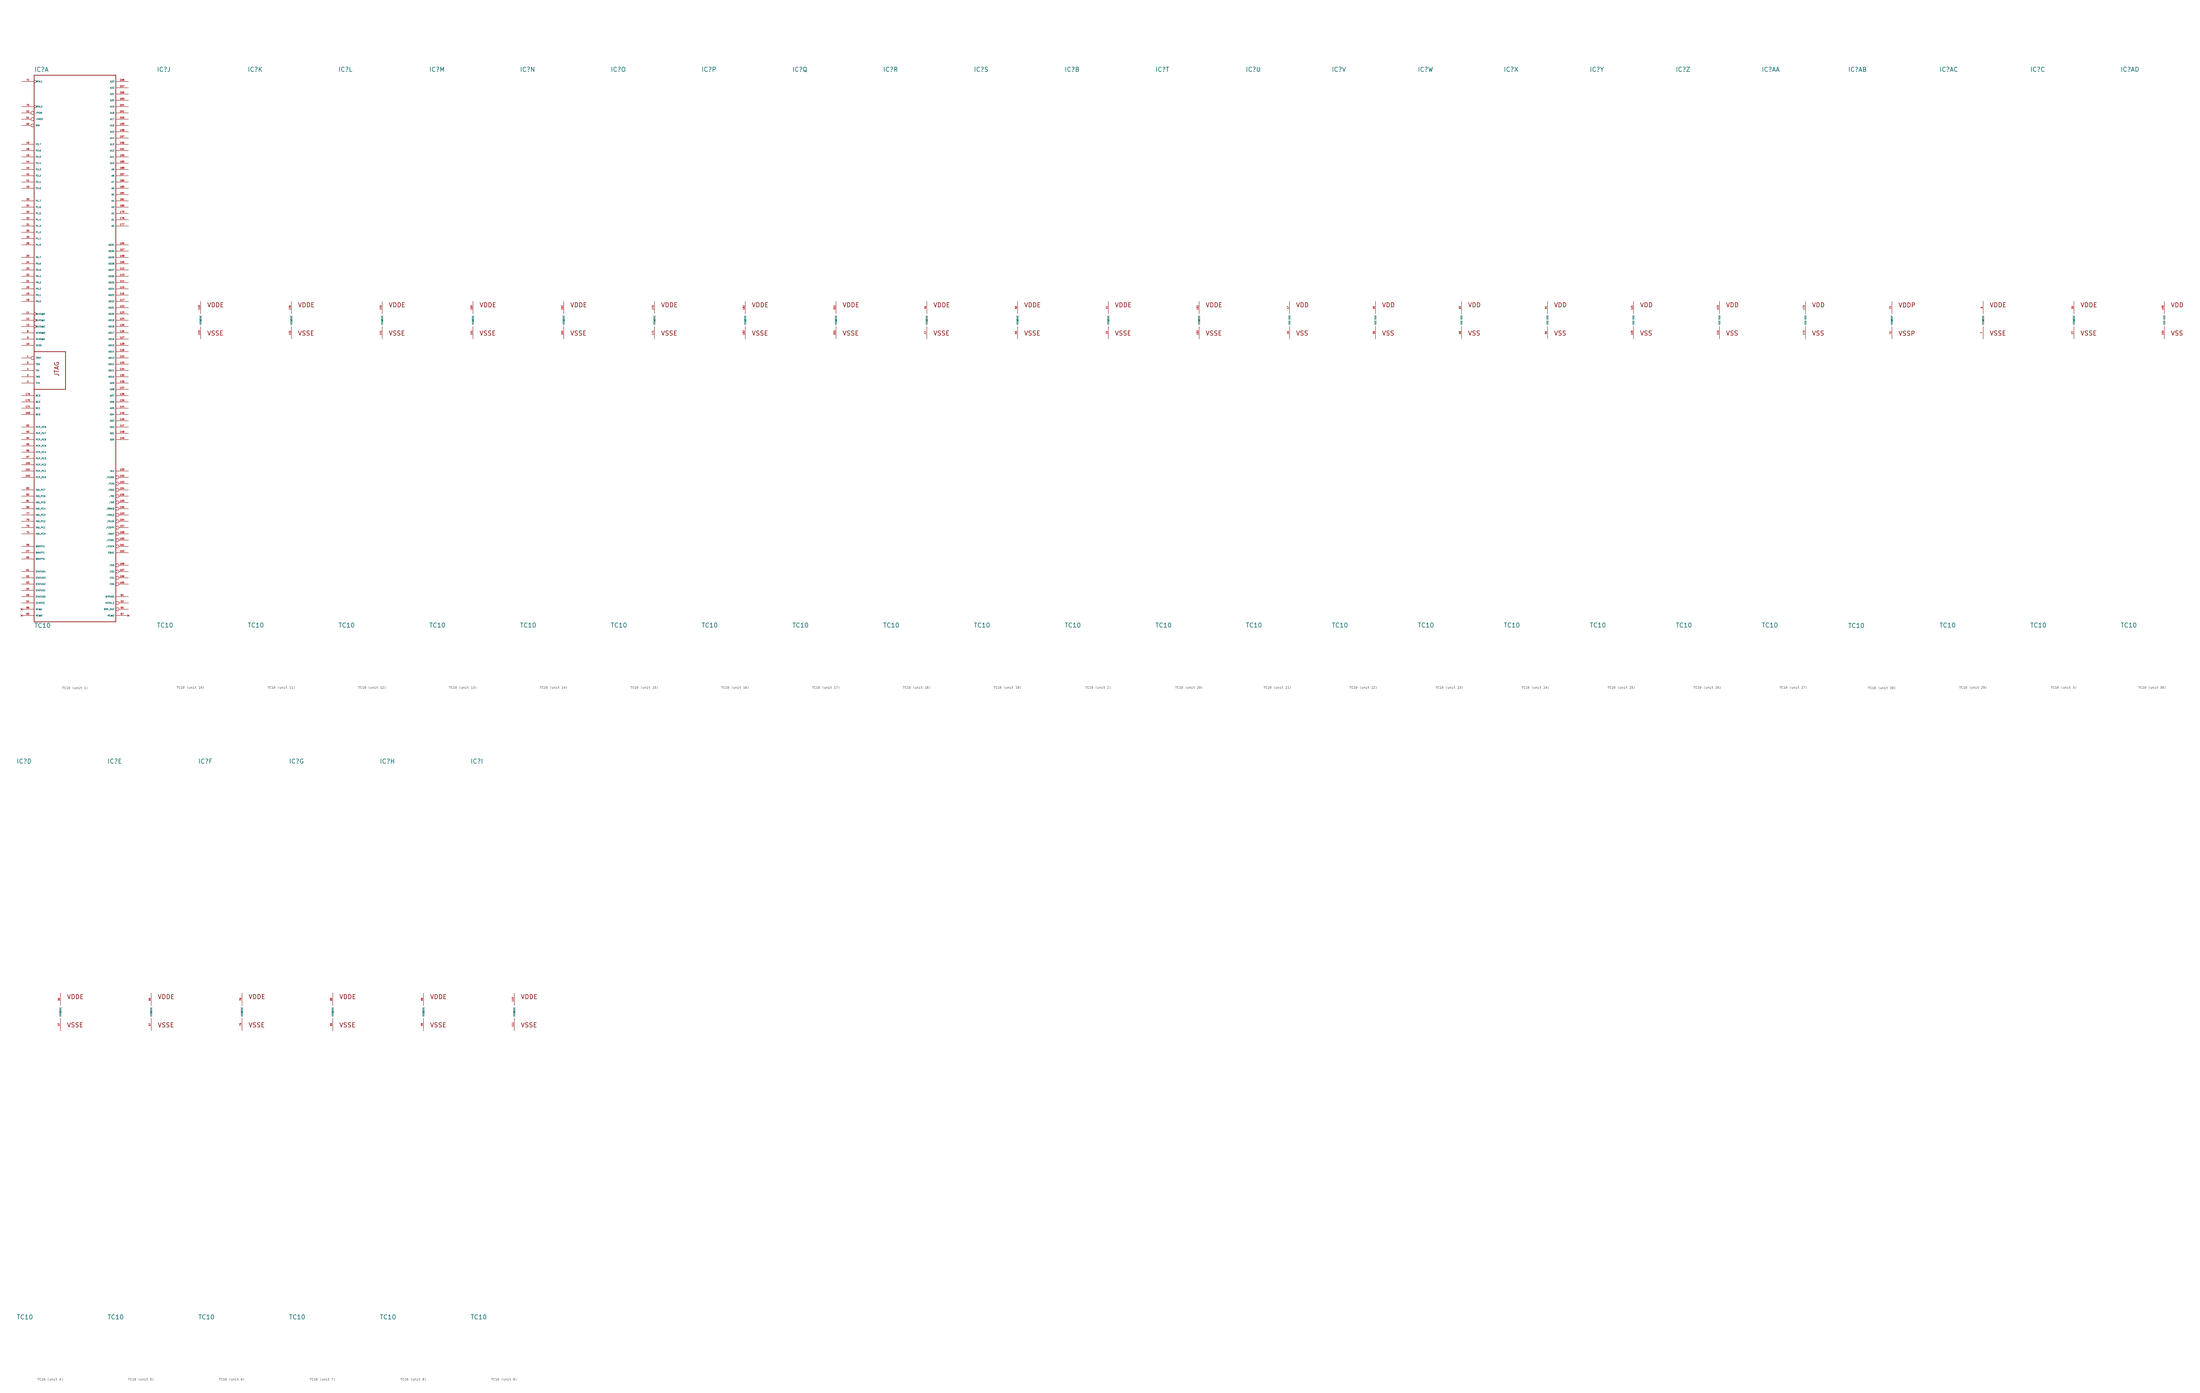
<source format=kicad_sym>
(kicad_symbol_lib
  (version 20220914)
  (generator Eagle2Kicad)
  (symbol "TC10"
    (property "Reference" "IC"
      (at -17.78 100.33 0)
      (effects (font (size 1.778 1.778) (thickness 0.22)) (justify left bottom)))
    (property "Value" "TC10"
      (at -17.78 -124.46 0)
      (effects (font (size 1.778 1.778) (thickness 0.22)) (justify left bottom)))
    (symbol "TC10_1_0"
      (polyline (pts (xy 15.24 99.06) (xy 15.24 -121.92)) (stroke (width 0.254) (type default)) (fill (type none)))
      (polyline (pts (xy 15.24 -121.92) (xy -17.78 -121.92)) (stroke (width 0.254) (type default)) (fill (type none)))
      (polyline (pts (xy -17.78 -121.92) (xy -17.78 -27.94)) (stroke (width 0.254) (type default)) (fill (type none)))
      (polyline (pts (xy -17.78 -27.94) (xy -17.78 -12.7)) (stroke (width 0.254) (type default)) (fill (type none)))
      (polyline (pts (xy -17.78 -12.7) (xy -17.78 99.06)) (stroke (width 0.254) (type default)) (fill (type none)))
      (polyline (pts (xy -17.78 99.06) (xy 15.24 99.06)) (stroke (width 0.254) (type default)) (fill (type none)))
      (polyline (pts (xy -17.78 -12.7) (xy -5.08 -12.7)) (stroke (width 0.254) (type default)) (fill (type none)))
      (polyline (pts (xy -5.08 -12.7) (xy -5.08 -27.94)) (stroke (width 0.254) (type default)) (fill (type none)))
      (polyline (pts (xy -5.08 -27.94) (xy -17.78 -27.94)) (stroke (width 0.254) (type default)) (fill (type none)))
      (text "JTAG" (at -7.62 -22.86 900) (effects (font (size 1.778 1.778) (thickness 0.22)) (justify left bottom)))
      (pin output line (at 20.32 38.1 180) (length 5.08) (name "A0" (effects (font (size 0.635 0.635) (thickness 0.08)) (justify left bottom))) (number "177" (effects (font (size 0.635 0.635) (thickness 0.08)) (justify left bottom))))
      (pin output line (at 20.32 40.64 180) (length 5.08) (name "A1" (effects (font (size 0.635 0.635) (thickness 0.08)) (justify left bottom))) (number "178" (effects (font (size 0.635 0.635) (thickness 0.08)) (justify left bottom))))
      (pin output line (at 20.32 43.18 180) (length 5.08) (name "A2" (effects (font (size 0.635 0.635) (thickness 0.08)) (justify left bottom))) (number "179" (effects (font (size 0.635 0.635) (thickness 0.08)) (justify left bottom))))
      (pin output line (at 20.32 45.72 180) (length 5.08) (name "A3" (effects (font (size 0.635 0.635) (thickness 0.08)) (justify left bottom))) (number "180" (effects (font (size 0.635 0.635) (thickness 0.08)) (justify left bottom))))
      (pin output line (at 20.32 48.26 180) (length 5.08) (name "A4" (effects (font (size 0.635 0.635) (thickness 0.08)) (justify left bottom))) (number "181" (effects (font (size 0.635 0.635) (thickness 0.08)) (justify left bottom))))
      (pin output line (at 20.32 50.8 180) (length 5.08) (name "A5" (effects (font (size 0.635 0.635) (thickness 0.08)) (justify left bottom))) (number "184" (effects (font (size 0.635 0.635) (thickness 0.08)) (justify left bottom))))
      (pin output line (at 20.32 53.34 180) (length 5.08) (name "A6" (effects (font (size 0.635 0.635) (thickness 0.08)) (justify left bottom))) (number "185" (effects (font (size 0.635 0.635) (thickness 0.08)) (justify left bottom))))
      (pin output line (at 20.32 55.88 180) (length 5.08) (name "A7" (effects (font (size 0.635 0.635) (thickness 0.08)) (justify left bottom))) (number "186" (effects (font (size 0.635 0.635) (thickness 0.08)) (justify left bottom))))
      (pin output line (at 20.32 58.42 180) (length 5.08) (name "A8" (effects (font (size 0.635 0.635) (thickness 0.08)) (justify left bottom))) (number "187" (effects (font (size 0.635 0.635) (thickness 0.08)) (justify left bottom))))
      (pin output line (at 20.32 60.96 180) (length 5.08) (name "A9" (effects (font (size 0.635 0.635) (thickness 0.08)) (justify left bottom))) (number "188" (effects (font (size 0.635 0.635) (thickness 0.08)) (justify left bottom))))
      (pin output line (at 20.32 63.5 180) (length 5.08) (name "A10" (effects (font (size 0.635 0.635) (thickness 0.08)) (justify left bottom))) (number "189" (effects (font (size 0.635 0.635) (thickness 0.08)) (justify left bottom))))
      (pin output line (at 20.32 66.04 180) (length 5.08) (name "A11" (effects (font (size 0.635 0.635) (thickness 0.08)) (justify left bottom))) (number "190" (effects (font (size 0.635 0.635) (thickness 0.08)) (justify left bottom))))
      (pin output line (at 20.32 68.58 180) (length 5.08) (name "A12" (effects (font (size 0.635 0.635) (thickness 0.08)) (justify left bottom))) (number "191" (effects (font (size 0.635 0.635) (thickness 0.08)) (justify left bottom))))
      (pin output line (at 20.32 71.12 180) (length 5.08) (name "A13" (effects (font (size 0.635 0.635) (thickness 0.08)) (justify left bottom))) (number "196" (effects (font (size 0.635 0.635) (thickness 0.08)) (justify left bottom))))
      (pin output line (at 20.32 73.66 180) (length 5.08) (name "A14" (effects (font (size 0.635 0.635) (thickness 0.08)) (justify left bottom))) (number "197" (effects (font (size 0.635 0.635) (thickness 0.08)) (justify left bottom))))
      (pin output line (at 20.32 76.2 180) (length 5.08) (name "A15" (effects (font (size 0.635 0.635) (thickness 0.08)) (justify left bottom))) (number "198" (effects (font (size 0.635 0.635) (thickness 0.08)) (justify left bottom))))
      (pin output line (at 20.32 78.74 180) (length 5.08) (name "A16" (effects (font (size 0.635 0.635) (thickness 0.08)) (justify left bottom))) (number "199" (effects (font (size 0.635 0.635) (thickness 0.08)) (justify left bottom))))
      (pin output line (at 20.32 81.28 180) (length 5.08) (name "A17" (effects (font (size 0.635 0.635) (thickness 0.08)) (justify left bottom))) (number "200" (effects (font (size 0.635 0.635) (thickness 0.08)) (justify left bottom))))
      (pin output line (at 20.32 83.82 180) (length 5.08) (name "A18" (effects (font (size 0.635 0.635) (thickness 0.08)) (justify left bottom))) (number "201" (effects (font (size 0.635 0.635) (thickness 0.08)) (justify left bottom))))
      (pin output line (at 20.32 86.36 180) (length 5.08) (name "A19" (effects (font (size 0.635 0.635) (thickness 0.08)) (justify left bottom))) (number "204" (effects (font (size 0.635 0.635) (thickness 0.08)) (justify left bottom))))
      (pin output line (at 20.32 88.9 180) (length 5.08) (name "A20" (effects (font (size 0.635 0.635) (thickness 0.08)) (justify left bottom))) (number "205" (effects (font (size 0.635 0.635) (thickness 0.08)) (justify left bottom))))
      (pin output line (at 20.32 91.44 180) (length 5.08) (name "A21" (effects (font (size 0.635 0.635) (thickness 0.08)) (justify left bottom))) (number "206" (effects (font (size 0.635 0.635) (thickness 0.08)) (justify left bottom))))
      (pin output line (at 20.32 93.98 180) (length 5.08) (name "A22" (effects (font (size 0.635 0.635) (thickness 0.08)) (justify left bottom))) (number "207" (effects (font (size 0.635 0.635) (thickness 0.08)) (justify left bottom))))
      (pin output line (at 20.32 96.52 180) (length 5.08) (name "A23" (effects (font (size 0.635 0.635) (thickness 0.08)) (justify left bottom))) (number "208" (effects (font (size 0.635 0.635) (thickness 0.08)) (justify left bottom))))
      (pin bidirectional line (at 20.32 -48.26 180) (length 5.08) (name "AD0" (effects (font (size 0.635 0.635) (thickness 0.08)) (justify left bottom))) (number "149" (effects (font (size 0.635 0.635) (thickness 0.08)) (justify left bottom))))
      (pin bidirectional line (at 20.32 -45.72 180) (length 5.08) (name "AD1" (effects (font (size 0.635 0.635) (thickness 0.08)) (justify left bottom))) (number "148" (effects (font (size 0.635 0.635) (thickness 0.08)) (justify left bottom))))
      (pin bidirectional line (at 20.32 -43.18 180) (length 5.08) (name "AD2" (effects (font (size 0.635 0.635) (thickness 0.08)) (justify left bottom))) (number "147" (effects (font (size 0.635 0.635) (thickness 0.08)) (justify left bottom))))
      (pin bidirectional line (at 20.32 -40.64 180) (length 5.08) (name "AD3" (effects (font (size 0.635 0.635) (thickness 0.08)) (justify left bottom))) (number "146" (effects (font (size 0.635 0.635) (thickness 0.08)) (justify left bottom))))
      (pin bidirectional line (at 20.32 -38.1 180) (length 5.08) (name "AD4" (effects (font (size 0.635 0.635) (thickness 0.08)) (justify left bottom))) (number "145" (effects (font (size 0.635 0.635) (thickness 0.08)) (justify left bottom))))
      (pin bidirectional line (at 20.32 -35.56 180) (length 5.08) (name "AD5" (effects (font (size 0.635 0.635) (thickness 0.08)) (justify left bottom))) (number "144" (effects (font (size 0.635 0.635) (thickness 0.08)) (justify left bottom))))
      (pin bidirectional line (at 20.32 -33.02 180) (length 5.08) (name "AD6" (effects (font (size 0.635 0.635) (thickness 0.08)) (justify left bottom))) (number "139" (effects (font (size 0.635 0.635) (thickness 0.08)) (justify left bottom))))
      (pin bidirectional line (at 20.32 -30.48 180) (length 5.08) (name "AD7" (effects (font (size 0.635 0.635) (thickness 0.08)) (justify left bottom))) (number "138" (effects (font (size 0.635 0.635) (thickness 0.08)) (justify left bottom))))
      (pin bidirectional line (at 20.32 -27.94 180) (length 5.08) (name "AD8" (effects (font (size 0.635 0.635) (thickness 0.08)) (justify left bottom))) (number "137" (effects (font (size 0.635 0.635) (thickness 0.08)) (justify left bottom))))
      (pin bidirectional line (at 20.32 -25.4 180) (length 5.08) (name "AD9" (effects (font (size 0.635 0.635) (thickness 0.08)) (justify left bottom))) (number "136" (effects (font (size 0.635 0.635) (thickness 0.08)) (justify left bottom))))
      (pin bidirectional line (at 20.32 -22.86 180) (length 5.08) (name "AD10" (effects (font (size 0.635 0.635) (thickness 0.08)) (justify left bottom))) (number "135" (effects (font (size 0.635 0.635) (thickness 0.08)) (justify left bottom))))
      (pin bidirectional line (at 20.32 -20.32 180) (length 5.08) (name "AD11" (effects (font (size 0.635 0.635) (thickness 0.08)) (justify left bottom))) (number "134" (effects (font (size 0.635 0.635) (thickness 0.08)) (justify left bottom))))
      (pin bidirectional line (at 20.32 -17.78 180) (length 5.08) (name "AD12" (effects (font (size 0.635 0.635) (thickness 0.08)) (justify left bottom))) (number "133" (effects (font (size 0.635 0.635) (thickness 0.08)) (justify left bottom))))
      (pin bidirectional line (at 20.32 -15.24 180) (length 5.08) (name "AD13" (effects (font (size 0.635 0.635) (thickness 0.08)) (justify left bottom))) (number "132" (effects (font (size 0.635 0.635) (thickness 0.08)) (justify left bottom))))
      (pin bidirectional line (at 20.32 -12.7 180) (length 5.08) (name "AD14" (effects (font (size 0.635 0.635) (thickness 0.08)) (justify left bottom))) (number "129" (effects (font (size 0.635 0.635) (thickness 0.08)) (justify left bottom))))
      (pin bidirectional line (at 20.32 -10.16 180) (length 5.08) (name "AD15" (effects (font (size 0.635 0.635) (thickness 0.08)) (justify left bottom))) (number "128" (effects (font (size 0.635 0.635) (thickness 0.08)) (justify left bottom))))
      (pin bidirectional line (at 20.32 -7.62 180) (length 5.08) (name "AD16" (effects (font (size 0.635 0.635) (thickness 0.08)) (justify left bottom))) (number "127" (effects (font (size 0.635 0.635) (thickness 0.08)) (justify left bottom))))
      (pin bidirectional line (at 20.32 -5.08 180) (length 5.08) (name "AD17" (effects (font (size 0.635 0.635) (thickness 0.08)) (justify left bottom))) (number "126" (effects (font (size 0.635 0.635) (thickness 0.08)) (justify left bottom))))
      (pin bidirectional line (at 20.32 -2.54 180) (length 5.08) (name "AD18" (effects (font (size 0.635 0.635) (thickness 0.08)) (justify left bottom))) (number "125" (effects (font (size 0.635 0.635) (thickness 0.08)) (justify left bottom))))
      (pin bidirectional line (at 20.32 0 180) (length 5.08) (name "AD19" (effects (font (size 0.635 0.635) (thickness 0.08)) (justify left bottom))) (number "124" (effects (font (size 0.635 0.635) (thickness 0.08)) (justify left bottom))))
      (pin bidirectional line (at 20.32 2.54 180) (length 5.08) (name "AD20" (effects (font (size 0.635 0.635) (thickness 0.08)) (justify left bottom))) (number "123" (effects (font (size 0.635 0.635) (thickness 0.08)) (justify left bottom))))
      (pin bidirectional line (at 20.32 5.08 180) (length 5.08) (name "AD21" (effects (font (size 0.635 0.635) (thickness 0.08)) (justify left bottom))) (number "122" (effects (font (size 0.635 0.635) (thickness 0.08)) (justify left bottom))))
      (pin bidirectional line (at 20.32 7.62 180) (length 5.08) (name "AD22" (effects (font (size 0.635 0.635) (thickness 0.08)) (justify left bottom))) (number "117" (effects (font (size 0.635 0.635) (thickness 0.08)) (justify left bottom))))
      (pin bidirectional line (at 20.32 10.16 180) (length 5.08) (name "AD23" (effects (font (size 0.635 0.635) (thickness 0.08)) (justify left bottom))) (number "116" (effects (font (size 0.635 0.635) (thickness 0.08)) (justify left bottom))))
      (pin bidirectional line (at 20.32 12.7 180) (length 5.08) (name "AD24" (effects (font (size 0.635 0.635) (thickness 0.08)) (justify left bottom))) (number "115" (effects (font (size 0.635 0.635) (thickness 0.08)) (justify left bottom))))
      (pin bidirectional line (at 20.32 15.24 180) (length 5.08) (name "AD25" (effects (font (size 0.635 0.635) (thickness 0.08)) (justify left bottom))) (number "114" (effects (font (size 0.635 0.635) (thickness 0.08)) (justify left bottom))))
      (pin bidirectional line (at 20.32 17.78 180) (length 5.08) (name "AD26" (effects (font (size 0.635 0.635) (thickness 0.08)) (justify left bottom))) (number "113" (effects (font (size 0.635 0.635) (thickness 0.08)) (justify left bottom))))
      (pin bidirectional line (at 20.32 20.32 180) (length 5.08) (name "AD27" (effects (font (size 0.635 0.635) (thickness 0.08)) (justify left bottom))) (number "112" (effects (font (size 0.635 0.635) (thickness 0.08)) (justify left bottom))))
      (pin bidirectional line (at 20.32 22.86 180) (length 5.08) (name "AD28" (effects (font (size 0.635 0.635) (thickness 0.08)) (justify left bottom))) (number "109" (effects (font (size 0.635 0.635) (thickness 0.08)) (justify left bottom))))
      (pin bidirectional line (at 20.32 25.4 180) (length 5.08) (name "AD29" (effects (font (size 0.635 0.635) (thickness 0.08)) (justify left bottom))) (number "108" (effects (font (size 0.635 0.635) (thickness 0.08)) (justify left bottom))))
      (pin bidirectional line (at 20.32 27.94 180) (length 5.08) (name "AD30" (effects (font (size 0.635 0.635) (thickness 0.08)) (justify left bottom))) (number "107" (effects (font (size 0.635 0.635) (thickness 0.08)) (justify left bottom))))
      (pin bidirectional line (at 20.32 30.48 180) (length 5.08) (name "AD31" (effects (font (size 0.635 0.635) (thickness 0.08)) (justify left bottom))) (number "106" (effects (font (size 0.635 0.635) (thickness 0.08)) (justify left bottom))))
      (pin input clock (at -22.86 96.52 0) (length 5.08) (name "XTAL1" (effects (font (size 0.635 0.635) (thickness 0.08)) (justify left bottom))) (number "71" (effects (font (size 0.635 0.635) (thickness 0.08)) (justify left bottom))))
      (pin output clock (at -22.86 86.36 0) (length 5.08) (name "XTAL2" (effects (font (size 0.635 0.635) (thickness 0.08)) (justify left bottom))) (number "70" (effects (font (size 0.635 0.635) (thickness 0.08)) (justify left bottom))))
      (pin bidirectional line (at -22.86 10.16 0) (length 5.08) (name "P0.1" (effects (font (size 0.635 0.635) (thickness 0.08)) (justify left bottom))) (number "19" (effects (font (size 0.635 0.635) (thickness 0.08)) (justify left bottom))))
      (pin bidirectional line (at -22.86 12.7 0) (length 5.08) (name "P0.2" (effects (font (size 0.635 0.635) (thickness 0.08)) (justify left bottom))) (number "20" (effects (font (size 0.635 0.635) (thickness 0.08)) (justify left bottom))))
      (pin bidirectional line (at -22.86 15.24 0) (length 5.08) (name "P0.3" (effects (font (size 0.635 0.635) (thickness 0.08)) (justify left bottom))) (number "21" (effects (font (size 0.635 0.635) (thickness 0.08)) (justify left bottom))))
      (pin bidirectional line (at -22.86 17.78 0) (length 5.08) (name "P0.4" (effects (font (size 0.635 0.635) (thickness 0.08)) (justify left bottom))) (number "22" (effects (font (size 0.635 0.635) (thickness 0.08)) (justify left bottom))))
      (pin bidirectional line (at -22.86 20.32 0) (length 5.08) (name "P0.5" (effects (font (size 0.635 0.635) (thickness 0.08)) (justify left bottom))) (number "23" (effects (font (size 0.635 0.635) (thickness 0.08)) (justify left bottom))))
      (pin bidirectional line (at -22.86 22.86 0) (length 5.08) (name "P0.6" (effects (font (size 0.635 0.635) (thickness 0.08)) (justify left bottom))) (number "24" (effects (font (size 0.635 0.635) (thickness 0.08)) (justify left bottom))))
      (pin bidirectional line (at -22.86 25.4 0) (length 5.08) (name "P0.7" (effects (font (size 0.635 0.635) (thickness 0.08)) (justify left bottom))) (number "25" (effects (font (size 0.635 0.635) (thickness 0.08)) (justify left bottom))))
      (pin bidirectional line (at -22.86 7.62 0) (length 5.08) (name "P0.0" (effects (font (size 0.635 0.635) (thickness 0.08)) (justify left bottom))) (number "18" (effects (font (size 0.635 0.635) (thickness 0.08)) (justify left bottom))))
      (pin bidirectional line (at -22.86 30.48 0) (length 5.08) (name "P1.0" (effects (font (size 0.635 0.635) (thickness 0.08)) (justify left bottom))) (number "28" (effects (font (size 0.635 0.635) (thickness 0.08)) (justify left bottom))))
      (pin bidirectional line (at -22.86 33.02 0) (length 5.08) (name "P1.1" (effects (font (size 0.635 0.635) (thickness 0.08)) (justify left bottom))) (number "29" (effects (font (size 0.635 0.635) (thickness 0.08)) (justify left bottom))))
      (pin bidirectional line (at -22.86 35.56 0) (length 5.08) (name "P1.2" (effects (font (size 0.635 0.635) (thickness 0.08)) (justify left bottom))) (number "30" (effects (font (size 0.635 0.635) (thickness 0.08)) (justify left bottom))))
      (pin bidirectional line (at -22.86 38.1 0) (length 5.08) (name "P1.3" (effects (font (size 0.635 0.635) (thickness 0.08)) (justify left bottom))) (number "31" (effects (font (size 0.635 0.635) (thickness 0.08)) (justify left bottom))))
      (pin bidirectional line (at -22.86 40.64 0) (length 5.08) (name "P1.4" (effects (font (size 0.635 0.635) (thickness 0.08)) (justify left bottom))) (number "32" (effects (font (size 0.635 0.635) (thickness 0.08)) (justify left bottom))))
      (pin bidirectional line (at -22.86 43.18 0) (length 5.08) (name "P1.5" (effects (font (size 0.635 0.635) (thickness 0.08)) (justify left bottom))) (number "33" (effects (font (size 0.635 0.635) (thickness 0.08)) (justify left bottom))))
      (pin bidirectional line (at -22.86 45.72 0) (length 5.08) (name "P1.6" (effects (font (size 0.635 0.635) (thickness 0.08)) (justify left bottom))) (number "34" (effects (font (size 0.635 0.635) (thickness 0.08)) (justify left bottom))))
      (pin bidirectional line (at -22.86 48.26 0) (length 5.08) (name "P1.7" (effects (font (size 0.635 0.635) (thickness 0.08)) (justify left bottom))) (number "35" (effects (font (size 0.635 0.635) (thickness 0.08)) (justify left bottom))))
      (pin bidirectional line (at -22.86 53.34 0) (length 5.08) (name "P2.0" (effects (font (size 0.635 0.635) (thickness 0.08)) (justify left bottom))) (number "40" (effects (font (size 0.635 0.635) (thickness 0.08)) (justify left bottom))))
      (pin bidirectional line (at -22.86 55.88 0) (length 5.08) (name "P2.1" (effects (font (size 0.635 0.635) (thickness 0.08)) (justify left bottom))) (number "41" (effects (font (size 0.635 0.635) (thickness 0.08)) (justify left bottom))))
      (pin bidirectional line (at -22.86 58.42 0) (length 5.08) (name "P2.2" (effects (font (size 0.635 0.635) (thickness 0.08)) (justify left bottom))) (number "42" (effects (font (size 0.635 0.635) (thickness 0.08)) (justify left bottom))))
      (pin bidirectional line (at -22.86 60.96 0) (length 5.08) (name "P2.3" (effects (font (size 0.635 0.635) (thickness 0.08)) (justify left bottom))) (number "43" (effects (font (size 0.635 0.635) (thickness 0.08)) (justify left bottom))))
      (pin bidirectional line (at -22.86 63.5 0) (length 5.08) (name "P2.4" (effects (font (size 0.635 0.635) (thickness 0.08)) (justify left bottom))) (number "44" (effects (font (size 0.635 0.635) (thickness 0.08)) (justify left bottom))))
      (pin bidirectional line (at -22.86 66.04 0) (length 5.08) (name "P2.5" (effects (font (size 0.635 0.635) (thickness 0.08)) (justify left bottom))) (number "45" (effects (font (size 0.635 0.635) (thickness 0.08)) (justify left bottom))))
      (pin bidirectional line (at -22.86 68.58 0) (length 5.08) (name "P2.6" (effects (font (size 0.635 0.635) (thickness 0.08)) (justify left bottom))) (number "48" (effects (font (size 0.635 0.635) (thickness 0.08)) (justify left bottom))))
      (pin bidirectional line (at -22.86 71.12 0) (length 5.08) (name "P2.7" (effects (font (size 0.635 0.635) (thickness 0.08)) (justify left bottom))) (number "49" (effects (font (size 0.635 0.635) (thickness 0.08)) (justify left bottom))))
      (pin output inverted (at 20.32 -71.12 180) (length 5.08) (name "/RD" (effects (font (size 0.635 0.635) (thickness 0.08)) (justify left bottom))) (number "156" (effects (font (size 0.635 0.635) (thickness 0.08)) (justify left bottom))))
      (pin output inverted (at 20.32 -73.66 180) (length 5.08) (name "/WR" (effects (font (size 0.635 0.635) (thickness 0.08)) (justify left bottom))) (number "155" (effects (font (size 0.635 0.635) (thickness 0.08)) (justify left bottom))))
      (pin output inverted (at 20.32 -76.2 180) (length 5.08) (name "/BREQ" (effects (font (size 0.635 0.635) (thickness 0.08)) (justify left bottom))) (number "105" (effects (font (size 0.635 0.635) (thickness 0.08)) (justify left bottom))))
      (pin output inverted (at 20.32 -78.74 180) (length 5.08) (name "/HOLD" (effects (font (size 0.635 0.635) (thickness 0.08)) (justify left bottom))) (number "103" (effects (font (size 0.635 0.635) (thickness 0.08)) (justify left bottom))))
      (pin output inverted (at 20.32 -81.28 180) (length 5.08) (name "/HLDA" (effects (font (size 0.635 0.635) (thickness 0.08)) (justify left bottom))) (number "104" (effects (font (size 0.635 0.635) (thickness 0.08)) (justify left bottom))))
      (pin output line (at 20.32 -60.96 180) (length 5.08) (name "ALE" (effects (font (size 0.635 0.635) (thickness 0.08)) (justify left bottom))) (number "159" (effects (font (size 0.635 0.635) (thickness 0.08)) (justify left bottom))))
      (pin input inverted (at -22.86 78.74 0) (length 5.08) (name "NMI" (effects (font (size 0.635 0.635) (thickness 0.08)) (justify left bottom))) (number "50" (effects (font (size 0.635 0.635) (thickness 0.08)) (justify left bottom))))
      (pin input inverted (at -22.86 81.28 0) (length 5.08) (name "/HRST" (effects (font (size 0.635 0.635) (thickness 0.08)) (justify left bottom))) (number "51" (effects (font (size 0.635 0.635) (thickness 0.08)) (justify left bottom))))
      (pin input inverted (at -22.86 83.82 0) (length 5.08) (name "/POR" (effects (font (size 0.635 0.635) (thickness 0.08)) (justify left bottom))) (number "52" (effects (font (size 0.635 0.635) (thickness 0.08)) (justify left bottom))))
      (pin output inverted (at 20.32 -63.5 180) (length 5.08) (name "/CODE" (effects (font (size 0.635 0.635) (thickness 0.08)) (justify left bottom))) (number "152" (effects (font (size 0.635 0.635) (thickness 0.08)) (justify left bottom))))
      (pin output inverted (at 20.32 -66.04 180) (length 5.08) (name "/CAS" (effects (font (size 0.635 0.635) (thickness 0.08)) (justify left bottom))) (number "153" (effects (font (size 0.635 0.635) (thickness 0.08)) (justify left bottom))))
      (pin output inverted (at 20.32 -68.58 180) (length 5.08) (name "/RAS" (effects (font (size 0.635 0.635) (thickness 0.08)) (justify left bottom))) (number "154" (effects (font (size 0.635 0.635) (thickness 0.08)) (justify left bottom))))
      (pin output inverted (at 20.32 -83.82 180) (length 5.08) (name "/CSFPI" (effects (font (size 0.635 0.635) (thickness 0.08)) (justify left bottom))) (number "157" (effects (font (size 0.635 0.635) (thickness 0.08)) (justify left bottom))))
      (pin output inverted (at 20.32 -86.36 180) (length 5.08) (name "/WAIT" (effects (font (size 0.635 0.635) (thickness 0.08)) (justify left bottom))) (number "158" (effects (font (size 0.635 0.635) (thickness 0.08)) (justify left bottom))))
      (pin output inverted (at 20.32 -88.9 180) (length 5.08) (name "/CSOL" (effects (font (size 0.635 0.635) (thickness 0.08)) (justify left bottom))) (number "160" (effects (font (size 0.635 0.635) (thickness 0.08)) (justify left bottom))))
      (pin output inverted (at 20.32 -91.44 180) (length 5.08) (name "/CSFM" (effects (font (size 0.635 0.635) (thickness 0.08)) (justify left bottom))) (number "161" (effects (font (size 0.635 0.635) (thickness 0.08)) (justify left bottom))))
      (pin output line (at 20.32 -93.98 180) (length 5.08) (name "EBUC" (effects (font (size 0.635 0.635) (thickness 0.08)) (justify left bottom))) (number "163" (effects (font (size 0.635 0.635) (thickness 0.08)) (justify left bottom))))
      (pin bidirectional line (at -22.86 -111.76 0) (length 5.08) (name "STATUS0" (effects (font (size 0.635 0.635) (thickness 0.08)) (justify left bottom))) (number "65" (effects (font (size 0.635 0.635) (thickness 0.08)) (justify left bottom))))
      (pin bidirectional line (at -22.86 -109.22 0) (length 5.08) (name "STATUS1" (effects (font (size 0.635 0.635) (thickness 0.08)) (justify left bottom))) (number "64" (effects (font (size 0.635 0.635) (thickness 0.08)) (justify left bottom))))
      (pin bidirectional line (at -22.86 -106.68 0) (length 5.08) (name "STATUS2" (effects (font (size 0.635 0.635) (thickness 0.08)) (justify left bottom))) (number "63" (effects (font (size 0.635 0.635) (thickness 0.08)) (justify left bottom))))
      (pin bidirectional line (at -22.86 -104.14 0) (length 5.08) (name "STATUS3" (effects (font (size 0.635 0.635) (thickness 0.08)) (justify left bottom))) (number "62" (effects (font (size 0.635 0.635) (thickness 0.08)) (justify left bottom))))
      (pin bidirectional line (at -22.86 -101.6 0) (length 5.08) (name "STATUS4" (effects (font (size 0.635 0.635) (thickness 0.08)) (justify left bottom))) (number "61" (effects (font (size 0.635 0.635) (thickness 0.08)) (justify left bottom))))
      (pin bidirectional line (at -22.86 -96.52 0) (length 5.08) (name "BRKPT0" (effects (font (size 0.635 0.635) (thickness 0.08)) (justify left bottom))) (number "60" (effects (font (size 0.635 0.635) (thickness 0.08)) (justify left bottom))))
      (pin bidirectional line (at -22.86 -93.98 0) (length 5.08) (name "BRKPT1" (effects (font (size 0.635 0.635) (thickness 0.08)) (justify left bottom))) (number "57" (effects (font (size 0.635 0.635) (thickness 0.08)) (justify left bottom))))
      (pin bidirectional line (at -22.86 -91.44 0) (length 5.08) (name "BRKPT2" (effects (font (size 0.635 0.635) (thickness 0.08)) (justify left bottom))) (number "56" (effects (font (size 0.635 0.635) (thickness 0.08)) (justify left bottom))))
      (pin bidirectional line (at -22.86 -86.36 0) (length 5.08) (name "IND_PC0" (effects (font (size 0.635 0.635) (thickness 0.08)) (justify left bottom))) (number "74" (effects (font (size 0.635 0.635) (thickness 0.08)) (justify left bottom))))
      (pin bidirectional line (at -22.86 -83.82 0) (length 5.08) (name "IND_PC1" (effects (font (size 0.635 0.635) (thickness 0.08)) (justify left bottom))) (number "75" (effects (font (size 0.635 0.635) (thickness 0.08)) (justify left bottom))))
      (pin bidirectional line (at -22.86 -81.28 0) (length 5.08) (name "IND_PC2" (effects (font (size 0.635 0.635) (thickness 0.08)) (justify left bottom))) (number "76" (effects (font (size 0.635 0.635) (thickness 0.08)) (justify left bottom))))
      (pin bidirectional line (at -22.86 -78.74 0) (length 5.08) (name "IND_PC3" (effects (font (size 0.635 0.635) (thickness 0.08)) (justify left bottom))) (number "77" (effects (font (size 0.635 0.635) (thickness 0.08)) (justify left bottom))))
      (pin bidirectional line (at -22.86 -76.2 0) (length 5.08) (name "IND_PC4" (effects (font (size 0.635 0.635) (thickness 0.08)) (justify left bottom))) (number "80" (effects (font (size 0.635 0.635) (thickness 0.08)) (justify left bottom))))
      (pin bidirectional line (at -22.86 -73.66 0) (length 5.08) (name "IND_PC5" (effects (font (size 0.635 0.635) (thickness 0.08)) (justify left bottom))) (number "81" (effects (font (size 0.635 0.635) (thickness 0.08)) (justify left bottom))))
      (pin bidirectional line (at -22.86 -71.12 0) (length 5.08) (name "IND_PC6" (effects (font (size 0.635 0.635) (thickness 0.08)) (justify left bottom))) (number "82" (effects (font (size 0.635 0.635) (thickness 0.08)) (justify left bottom))))
      (pin bidirectional line (at -22.86 -68.58 0) (length 5.08) (name "IND_PC7" (effects (font (size 0.635 0.635) (thickness 0.08)) (justify left bottom))) (number "83" (effects (font (size 0.635 0.635) (thickness 0.08)) (justify left bottom))))
      (pin bidirectional line (at -22.86 -63.5 0) (length 5.08) (name "PCP_PC0" (effects (font (size 0.635 0.635) (thickness 0.08)) (justify left bottom))) (number "102" (effects (font (size 0.635 0.635) (thickness 0.08)) (justify left bottom))))
      (pin bidirectional line (at -22.86 -60.96 0) (length 5.08) (name "PCP_PC1" (effects (font (size 0.635 0.635) (thickness 0.08)) (justify left bottom))) (number "101" (effects (font (size 0.635 0.635) (thickness 0.08)) (justify left bottom))))
      (pin bidirectional line (at -22.86 -58.42 0) (length 5.08) (name "PCP_PC2" (effects (font (size 0.635 0.635) (thickness 0.08)) (justify left bottom))) (number "100" (effects (font (size 0.635 0.635) (thickness 0.08)) (justify left bottom))))
      (pin bidirectional line (at -22.86 -55.88 0) (length 5.08) (name "PCP_PC3" (effects (font (size 0.635 0.635) (thickness 0.08)) (justify left bottom))) (number "97" (effects (font (size 0.635 0.635) (thickness 0.08)) (justify left bottom))))
      (pin bidirectional line (at -22.86 -53.34 0) (length 5.08) (name "PCP_PC4" (effects (font (size 0.635 0.635) (thickness 0.08)) (justify left bottom))) (number "96" (effects (font (size 0.635 0.635) (thickness 0.08)) (justify left bottom))))
      (pin bidirectional line (at -22.86 -50.8 0) (length 5.08) (name "PCP_PC5" (effects (font (size 0.635 0.635) (thickness 0.08)) (justify left bottom))) (number "95" (effects (font (size 0.635 0.635) (thickness 0.08)) (justify left bottom))))
      (pin bidirectional line (at -22.86 -48.26 0) (length 5.08) (name "PCP_PC6" (effects (font (size 0.635 0.635) (thickness 0.08)) (justify left bottom))) (number "94" (effects (font (size 0.635 0.635) (thickness 0.08)) (justify left bottom))))
      (pin bidirectional line (at -22.86 -45.72 0) (length 5.08) (name "PCP_PC7" (effects (font (size 0.635 0.635) (thickness 0.08)) (justify left bottom))) (number "93" (effects (font (size 0.635 0.635) (thickness 0.08)) (justify left bottom))))
      (pin bidirectional line (at -22.86 -43.18 0) (length 5.08) (name "PCP_PC8" (effects (font (size 0.635 0.635) (thickness 0.08)) (justify left bottom))) (number "92" (effects (font (size 0.635 0.635) (thickness 0.08)) (justify left bottom))))
      (pin bidirectional line (at -22.86 -38.1 0) (length 5.08) (name "BC0" (effects (font (size 0.635 0.635) (thickness 0.08)) (justify left bottom))) (number "169" (effects (font (size 0.635 0.635) (thickness 0.08)) (justify left bottom))))
      (pin bidirectional line (at -22.86 -35.56 0) (length 5.08) (name "BC1" (effects (font (size 0.635 0.635) (thickness 0.08)) (justify left bottom))) (number "174" (effects (font (size 0.635 0.635) (thickness 0.08)) (justify left bottom))))
      (pin bidirectional line (at -22.86 -33.02 0) (length 5.08) (name "BC2" (effects (font (size 0.635 0.635) (thickness 0.08)) (justify left bottom))) (number "175" (effects (font (size 0.635 0.635) (thickness 0.08)) (justify left bottom))))
      (pin bidirectional line (at -22.86 -30.48 0) (length 5.08) (name "BC3" (effects (font (size 0.635 0.635) (thickness 0.08)) (justify left bottom))) (number "176" (effects (font (size 0.635 0.635) (thickness 0.08)) (justify left bottom))))
      (pin output inverted (at 20.32 -106.68 180) (length 5.08) (name "CS0" (effects (font (size 0.635 0.635) (thickness 0.08)) (justify left bottom))) (number "165" (effects (font (size 0.635 0.635) (thickness 0.08)) (justify left bottom))))
      (pin output inverted (at 20.32 -104.14 180) (length 5.08) (name "CS1" (effects (font (size 0.635 0.635) (thickness 0.08)) (justify left bottom))) (number "166" (effects (font (size 0.635 0.635) (thickness 0.08)) (justify left bottom))))
      (pin output inverted (at 20.32 -101.6 180) (length 5.08) (name "CS2" (effects (font (size 0.635 0.635) (thickness 0.08)) (justify left bottom))) (number "167" (effects (font (size 0.635 0.635) (thickness 0.08)) (justify left bottom))))
      (pin output inverted (at 20.32 -99.06 180) (length 5.08) (name "CS3" (effects (font (size 0.635 0.635) (thickness 0.08)) (justify left bottom))) (number "168" (effects (font (size 0.635 0.635) (thickness 0.08)) (justify left bottom))))
      (pin input clock (at -22.86 2.54 0) (length 5.08) (name "CLKS@0" (effects (font (size 0.635 0.635) (thickness 0.08)) (justify left bottom))) (number "11" (effects (font (size 0.635 0.635) (thickness 0.08)) (justify left bottom))))
      (pin input clock (at -22.86 0 0) (length 5.08) (name "CLKS@1" (effects (font (size 0.635 0.635) (thickness 0.08)) (justify left bottom))) (number "12" (effects (font (size 0.635 0.635) (thickness 0.08)) (justify left bottom))))
      (pin input clock (at -22.86 -2.54 0) (length 5.08) (name "CLKS@2" (effects (font (size 0.635 0.635) (thickness 0.08)) (justify left bottom))) (number "13" (effects (font (size 0.635 0.635) (thickness 0.08)) (justify left bottom))))
      (pin input line (at -22.86 -5.08 0) (length 5.08) (name "SCAN@0" (effects (font (size 0.635 0.635) (thickness 0.08)) (justify left bottom))) (number "8" (effects (font (size 0.635 0.635) (thickness 0.08)) (justify left bottom))))
      (pin input line (at -22.86 -7.62 0) (length 5.08) (name "SCAN@1" (effects (font (size 0.635 0.635) (thickness 0.08)) (justify left bottom))) (number "9" (effects (font (size 0.635 0.635) (thickness 0.08)) (justify left bottom))))
      (pin input line (at -22.86 -10.16 0) (length 5.08) (name "VCOS" (effects (font (size 0.635 0.635) (thickness 0.08)) (justify left bottom))) (number "10" (effects (font (size 0.635 0.635) (thickness 0.08)) (justify left bottom))))
      (pin input line (at -22.86 -17.78 0) (length 5.08) (name "TDO" (effects (font (size 0.635 0.635) (thickness 0.08)) (justify left bottom))) (number "5" (effects (font (size 0.635 0.635) (thickness 0.08)) (justify left bottom))))
      (pin input line (at -22.86 -20.32 0) (length 5.08) (name "TDI" (effects (font (size 0.635 0.635) (thickness 0.08)) (justify left bottom))) (number "4" (effects (font (size 0.635 0.635) (thickness 0.08)) (justify left bottom))))
      (pin input line (at -22.86 -22.86 0) (length 5.08) (name "TMS" (effects (font (size 0.635 0.635) (thickness 0.08)) (justify left bottom))) (number "3" (effects (font (size 0.635 0.635) (thickness 0.08)) (justify left bottom))))
      (pin input line (at -22.86 -25.4 0) (length 5.08) (name "TCK" (effects (font (size 0.635 0.635) (thickness 0.08)) (justify left bottom))) (number "2" (effects (font (size 0.635 0.635) (thickness 0.08)) (justify left bottom))))
      (pin input inverted (at -22.86 -15.24 0) (length 5.08) (name "TRST" (effects (font (size 0.635 0.635) (thickness 0.08)) (justify left bottom))) (number "1" (effects (font (size 0.635 0.635) (thickness 0.08)) (justify left bottom))))
      (pin bidirectional line (at 20.32 -111.76 180) (length 5.08) (name "BYPASS" (effects (font (size 0.635 0.635) (thickness 0.08)) (justify left bottom))) (number "84" (effects (font (size 0.635 0.635) (thickness 0.08)) (justify left bottom))))
      (pin no_connect line (at -22.86 -119.38 0) (length 5.08) (name "NC@0" (effects (font (size 0.635 0.635) (thickness 0.08)) (justify left bottom) hide)) (number "85" (effects (font (size 0.635 0.635) (thickness 0.08)) (justify left bottom) hide)))
      (pin no_connect line (at -22.86 -116.84 0) (length 5.08) (name "NC@1" (effects (font (size 0.635 0.635) (thickness 0.08)) (justify left bottom) hide)) (number "86" (effects (font (size 0.635 0.635) (thickness 0.08)) (justify left bottom) hide)))
      (pin no_connect line (at 20.32 -119.38 180) (length 5.08) (name "NC@2" (effects (font (size 0.635 0.635) (thickness 0.08)) (justify left bottom) hide)) (number "87" (effects (font (size 0.635 0.635) (thickness 0.08)) (justify left bottom) hide)))
      (pin output inverted (at 20.32 -114.3 180) (length 5.08) (name "OCDS_E" (effects (font (size 0.635 0.635) (thickness 0.08)) (justify left bottom))) (number "53" (effects (font (size 0.635 0.635) (thickness 0.08)) (justify left bottom))))
      (pin output inverted (at 20.32 -116.84 180) (length 5.08) (name "BRK_OUT" (effects (font (size 0.635 0.635) (thickness 0.08)) (justify left bottom))) (number "55" (effects (font (size 0.635 0.635) (thickness 0.08)) (justify left bottom))))
      (pin bidirectional line (at -22.86 -114.3 0) (length 5.08) (name "(CHIPZ)" (effects (font (size 0.635 0.635) (thickness 0.08)) (justify left bottom))) (number "54" (effects (font (size 0.635 0.635) (thickness 0.08)) (justify left bottom)))))
    (symbol "TC10_2_0"
      (text "VDDE" (at 2.54 5.08 0) (effects (font (size 1.778 1.778) (thickness 0.22)) (justify left bottom)))
      (text "VSSE" (at 2.54 -6.35 0) (effects (font (size 1.778 1.778) (thickness 0.22)) (justify left bottom)))
      (pin unspecified line (at 0 7.62 270) (length 5.08) (name "VDDE" (effects (font (size 0.635 0.635) (thickness 0.08)) (justify left bottom))) (number "14" (effects (font (size 0.635 0.635) (thickness 0.08)) (justify left bottom))))
      (pin unspecified line (at 0 -7.62 90) (length 5.08) (name "VSSE" (effects (font (size 0.635 0.635) (thickness 0.08)) (justify left bottom))) (number "15" (effects (font (size 0.635 0.635) (thickness 0.08)) (justify left bottom)))))
    (symbol "TC10_3_0"
      (text "VDDE" (at 2.54 5.08 0) (effects (font (size 1.778 1.778) (thickness 0.22)) (justify left bottom)))
      (text "VSSE" (at 2.54 -6.35 0) (effects (font (size 1.778 1.778) (thickness 0.22)) (justify left bottom)))
      (pin unspecified line (at 0 7.62 270) (length 5.08) (name "VDDE" (effects (font (size 0.635 0.635) (thickness 0.08)) (justify left bottom))) (number "26" (effects (font (size 0.635 0.635) (thickness 0.08)) (justify left bottom))))
      (pin unspecified line (at 0 -7.62 90) (length 5.08) (name "VSSE" (effects (font (size 0.635 0.635) (thickness 0.08)) (justify left bottom))) (number "27" (effects (font (size 0.635 0.635) (thickness 0.08)) (justify left bottom)))))
    (symbol "TC10_4_0"
      (text "VDDE" (at 2.54 5.08 0) (effects (font (size 1.778 1.778) (thickness 0.22)) (justify left bottom)))
      (text "VSSE" (at 2.54 -6.35 0) (effects (font (size 1.778 1.778) (thickness 0.22)) (justify left bottom)))
      (pin unspecified line (at 0 7.62 270) (length 5.08) (name "VDDE" (effects (font (size 0.635 0.635) (thickness 0.08)) (justify left bottom))) (number "36" (effects (font (size 0.635 0.635) (thickness 0.08)) (justify left bottom))))
      (pin unspecified line (at 0 -7.62 90) (length 5.08) (name "VSSE" (effects (font (size 0.635 0.635) (thickness 0.08)) (justify left bottom))) (number "37" (effects (font (size 0.635 0.635) (thickness 0.08)) (justify left bottom)))))
    (symbol "TC10_5_0"
      (text "VDDE" (at 2.54 5.08 0) (effects (font (size 1.778 1.778) (thickness 0.22)) (justify left bottom)))
      (text "VSSE" (at 2.54 -6.35 0) (effects (font (size 1.778 1.778) (thickness 0.22)) (justify left bottom)))
      (pin unspecified line (at 0 7.62 270) (length 5.08) (name "VDDE" (effects (font (size 0.635 0.635) (thickness 0.08)) (justify left bottom))) (number "66" (effects (font (size 0.635 0.635) (thickness 0.08)) (justify left bottom))))
      (pin unspecified line (at 0 -7.62 90) (length 5.08) (name "VSSE" (effects (font (size 0.635 0.635) (thickness 0.08)) (justify left bottom))) (number "67" (effects (font (size 0.635 0.635) (thickness 0.08)) (justify left bottom)))))
    (symbol "TC10_6_0"
      (text "VDDE" (at 2.54 5.08 0) (effects (font (size 1.778 1.778) (thickness 0.22)) (justify left bottom)))
      (text "VSSE" (at 2.54 -6.35 0) (effects (font (size 1.778 1.778) (thickness 0.22)) (justify left bottom)))
      (pin unspecified line (at 0 7.62 270) (length 5.08) (name "VDDE" (effects (font (size 0.635 0.635) (thickness 0.08)) (justify left bottom))) (number "78" (effects (font (size 0.635 0.635) (thickness 0.08)) (justify left bottom))))
      (pin unspecified line (at 0 -7.62 90) (length 5.08) (name "VSSE" (effects (font (size 0.635 0.635) (thickness 0.08)) (justify left bottom))) (number "79" (effects (font (size 0.635 0.635) (thickness 0.08)) (justify left bottom)))))
    (symbol "TC10_7_0"
      (text "VDDE" (at 2.54 5.08 0) (effects (font (size 1.778 1.778) (thickness 0.22)) (justify left bottom)))
      (text "VSSE" (at 2.54 -6.35 0) (effects (font (size 1.778 1.778) (thickness 0.22)) (justify left bottom)))
      (pin unspecified line (at 0 7.62 270) (length 5.08) (name "VDDE" (effects (font (size 0.635 0.635) (thickness 0.08)) (justify left bottom))) (number "88" (effects (font (size 0.635 0.635) (thickness 0.08)) (justify left bottom))))
      (pin unspecified line (at 0 -7.62 90) (length 5.08) (name "VSSE" (effects (font (size 0.635 0.635) (thickness 0.08)) (justify left bottom))) (number "89" (effects (font (size 0.635 0.635) (thickness 0.08)) (justify left bottom)))))
    (symbol "TC10_8_0"
      (text "VDDE" (at 2.54 5.08 0) (effects (font (size 1.778 1.778) (thickness 0.22)) (justify left bottom)))
      (text "VSSE" (at 2.54 -6.35 0) (effects (font (size 1.778 1.778) (thickness 0.22)) (justify left bottom)))
      (pin unspecified line (at 0 7.62 270) (length 5.08) (name "VDDE" (effects (font (size 0.635 0.635) (thickness 0.08)) (justify left bottom))) (number "98" (effects (font (size 0.635 0.635) (thickness 0.08)) (justify left bottom))))
      (pin unspecified line (at 0 -7.62 90) (length 5.08) (name "VSSE" (effects (font (size 0.635 0.635) (thickness 0.08)) (justify left bottom))) (number "99" (effects (font (size 0.635 0.635) (thickness 0.08)) (justify left bottom)))))
    (symbol "TC10_9_0"
      (text "VDDE" (at 2.54 5.08 0) (effects (font (size 1.778 1.778) (thickness 0.22)) (justify left bottom)))
      (text "VSSE" (at 2.54 -6.35 0) (effects (font (size 1.778 1.778) (thickness 0.22)) (justify left bottom)))
      (pin unspecified line (at 0 7.62 270) (length 5.08) (name "VDDE" (effects (font (size 0.635 0.635) (thickness 0.08)) (justify left bottom))) (number "110" (effects (font (size 0.635 0.635) (thickness 0.08)) (justify left bottom))))
      (pin unspecified line (at 0 -7.62 90) (length 5.08) (name "VSSE" (effects (font (size 0.635 0.635) (thickness 0.08)) (justify left bottom))) (number "111" (effects (font (size 0.635 0.635) (thickness 0.08)) (justify left bottom)))))
    (symbol "TC10_10_0"
      (text "VDDE" (at 2.54 5.08 0) (effects (font (size 1.778 1.778) (thickness 0.22)) (justify left bottom)))
      (text "VSSE" (at 2.54 -6.35 0) (effects (font (size 1.778 1.778) (thickness 0.22)) (justify left bottom)))
      (pin unspecified line (at 0 7.62 270) (length 5.08) (name "VDDE" (effects (font (size 0.635 0.635) (thickness 0.08)) (justify left bottom))) (number "118" (effects (font (size 0.635 0.635) (thickness 0.08)) (justify left bottom))))
      (pin unspecified line (at 0 -7.62 90) (length 5.08) (name "VSSE" (effects (font (size 0.635 0.635) (thickness 0.08)) (justify left bottom))) (number "119" (effects (font (size 0.635 0.635) (thickness 0.08)) (justify left bottom)))))
    (symbol "TC10_11_0"
      (text "VDDE" (at 2.54 5.08 0) (effects (font (size 1.778 1.778) (thickness 0.22)) (justify left bottom)))
      (text "VSSE" (at 2.54 -6.35 0) (effects (font (size 1.778 1.778) (thickness 0.22)) (justify left bottom)))
      (pin unspecified line (at 0 7.62 270) (length 5.08) (name "VDDE" (effects (font (size 0.635 0.635) (thickness 0.08)) (justify left bottom))) (number "130" (effects (font (size 0.635 0.635) (thickness 0.08)) (justify left bottom))))
      (pin unspecified line (at 0 -7.62 90) (length 5.08) (name "VSSE" (effects (font (size 0.635 0.635) (thickness 0.08)) (justify left bottom))) (number "131" (effects (font (size 0.635 0.635) (thickness 0.08)) (justify left bottom)))))
    (symbol "TC10_12_0"
      (text "VDDE" (at 2.54 5.08 0) (effects (font (size 1.778 1.778) (thickness 0.22)) (justify left bottom)))
      (text "VSSE" (at 2.54 -6.35 0) (effects (font (size 1.778 1.778) (thickness 0.22)) (justify left bottom)))
      (pin unspecified line (at 0 7.62 270) (length 5.08) (name "VDDE" (effects (font (size 0.635 0.635) (thickness 0.08)) (justify left bottom))) (number "140" (effects (font (size 0.635 0.635) (thickness 0.08)) (justify left bottom))))
      (pin unspecified line (at 0 -7.62 90) (length 5.08) (name "VSSE" (effects (font (size 0.635 0.635) (thickness 0.08)) (justify left bottom))) (number "141" (effects (font (size 0.635 0.635) (thickness 0.08)) (justify left bottom)))))
    (symbol "TC10_13_0"
      (text "VDDE" (at 2.54 5.08 0) (effects (font (size 1.778 1.778) (thickness 0.22)) (justify left bottom)))
      (text "VSSE" (at 2.54 -6.35 0) (effects (font (size 1.778 1.778) (thickness 0.22)) (justify left bottom)))
      (pin unspecified line (at 0 7.62 270) (length 5.08) (name "VDDE" (effects (font (size 0.635 0.635) (thickness 0.08)) (justify left bottom))) (number "150" (effects (font (size 0.635 0.635) (thickness 0.08)) (justify left bottom))))
      (pin unspecified line (at 0 -7.62 90) (length 5.08) (name "VSSE" (effects (font (size 0.635 0.635) (thickness 0.08)) (justify left bottom))) (number "151" (effects (font (size 0.635 0.635) (thickness 0.08)) (justify left bottom)))))
    (symbol "TC10_14_0"
      (text "VDDE" (at 2.54 5.08 0) (effects (font (size 1.778 1.778) (thickness 0.22)) (justify left bottom)))
      (text "VSSE" (at 2.54 -6.35 0) (effects (font (size 1.778 1.778) (thickness 0.22)) (justify left bottom)))
      (pin unspecified line (at 0 7.62 270) (length 5.08) (name "VDDE" (effects (font (size 0.635 0.635) (thickness 0.08)) (justify left bottom))) (number "162" (effects (font (size 0.635 0.635) (thickness 0.08)) (justify left bottom))))
      (pin unspecified line (at 0 -7.62 90) (length 5.08) (name "VSSE" (effects (font (size 0.635 0.635) (thickness 0.08)) (justify left bottom))) (number "164" (effects (font (size 0.635 0.635) (thickness 0.08)) (justify left bottom)))))
    (symbol "TC10_15_0"
      (text "VDDE" (at 2.54 5.08 0) (effects (font (size 1.778 1.778) (thickness 0.22)) (justify left bottom)))
      (text "VSSE" (at 2.54 -6.35 0) (effects (font (size 1.778 1.778) (thickness 0.22)) (justify left bottom)))
      (pin unspecified line (at 0 7.62 270) (length 5.08) (name "VDDE" (effects (font (size 0.635 0.635) (thickness 0.08)) (justify left bottom))) (number "170" (effects (font (size 0.635 0.635) (thickness 0.08)) (justify left bottom))))
      (pin unspecified line (at 0 -7.62 90) (length 5.08) (name "VSSE" (effects (font (size 0.635 0.635) (thickness 0.08)) (justify left bottom))) (number "171" (effects (font (size 0.635 0.635) (thickness 0.08)) (justify left bottom)))))
    (symbol "TC10_16_0"
      (text "VDDE" (at 2.54 5.08 0) (effects (font (size 1.778 1.778) (thickness 0.22)) (justify left bottom)))
      (text "VSSE" (at 2.54 -6.35 0) (effects (font (size 1.778 1.778) (thickness 0.22)) (justify left bottom)))
      (pin unspecified line (at 0 7.62 270) (length 5.08) (name "VDDE" (effects (font (size 0.635 0.635) (thickness 0.08)) (justify left bottom))) (number "182" (effects (font (size 0.635 0.635) (thickness 0.08)) (justify left bottom))))
      (pin unspecified line (at 0 -7.62 90) (length 5.08) (name "VSSE" (effects (font (size 0.635 0.635) (thickness 0.08)) (justify left bottom))) (number "183" (effects (font (size 0.635 0.635) (thickness 0.08)) (justify left bottom)))))
    (symbol "TC10_17_0"
      (text "VDDE" (at 2.54 5.08 0) (effects (font (size 1.778 1.778) (thickness 0.22)) (justify left bottom)))
      (text "VSSE" (at 2.54 -6.35 0) (effects (font (size 1.778 1.778) (thickness 0.22)) (justify left bottom)))
      (pin unspecified line (at 0 7.62 270) (length 5.08) (name "VDDE" (effects (font (size 0.635 0.635) (thickness 0.08)) (justify left bottom))) (number "202" (effects (font (size 0.635 0.635) (thickness 0.08)) (justify left bottom))))
      (pin unspecified line (at 0 -7.62 90) (length 5.08) (name "VSSE" (effects (font (size 0.635 0.635) (thickness 0.08)) (justify left bottom))) (number "203" (effects (font (size 0.635 0.635) (thickness 0.08)) (justify left bottom)))))
    (symbol "TC10_18_0"
      (text "VDDE" (at 2.54 5.08 0) (effects (font (size 1.778 1.778) (thickness 0.22)) (justify left bottom)))
      (text "VSSE" (at 2.54 -6.35 0) (effects (font (size 1.778 1.778) (thickness 0.22)) (justify left bottom)))
      (pin unspecified line (at 0 7.62 270) (length 5.08) (name "VDDE" (effects (font (size 0.635 0.635) (thickness 0.08)) (justify left bottom))) (number "46" (effects (font (size 0.635 0.635) (thickness 0.08)) (justify left bottom))))
      (pin unspecified line (at 0 -7.62 90) (length 5.08) (name "VSSE" (effects (font (size 0.635 0.635) (thickness 0.08)) (justify left bottom))) (number "47" (effects (font (size 0.635 0.635) (thickness 0.08)) (justify left bottom)))))
    (symbol "TC10_19_0"
      (text "VDDE" (at 2.54 5.08 0) (effects (font (size 1.778 1.778) (thickness 0.22)) (justify left bottom)))
      (text "VSSE" (at 2.54 -6.35 0) (effects (font (size 1.778 1.778) (thickness 0.22)) (justify left bottom)))
      (pin unspecified line (at 0 7.62 270) (length 5.08) (name "VDDE" (effects (font (size 0.635 0.635) (thickness 0.08)) (justify left bottom))) (number "58" (effects (font (size 0.635 0.635) (thickness 0.08)) (justify left bottom))))
      (pin unspecified line (at 0 -7.62 90) (length 5.08) (name "VSSE" (effects (font (size 0.635 0.635) (thickness 0.08)) (justify left bottom))) (number "59" (effects (font (size 0.635 0.635) (thickness 0.08)) (justify left bottom)))))
    (symbol "TC10_20_0"
      (text "VDDE" (at 2.54 5.08 0) (effects (font (size 1.778 1.778) (thickness 0.22)) (justify left bottom)))
      (text "VSSE" (at 2.54 -6.35 0) (effects (font (size 1.778 1.778) (thickness 0.22)) (justify left bottom)))
      (pin unspecified line (at 0 7.62 270) (length 5.08) (name "VDDE" (effects (font (size 0.635 0.635) (thickness 0.08)) (justify left bottom))) (number "192" (effects (font (size 0.635 0.635) (thickness 0.08)) (justify left bottom))))
      (pin unspecified line (at 0 -7.62 90) (length 5.08) (name "VSSE" (effects (font (size 0.635 0.635) (thickness 0.08)) (justify left bottom))) (number "193" (effects (font (size 0.635 0.635) (thickness 0.08)) (justify left bottom)))))
    (symbol "TC10_21_0"
      (text "VDD" (at 2.54 5.08 0) (effects (font (size 1.778 1.778) (thickness 0.22)) (justify left bottom)))
      (text "VSS" (at 2.54 -6.35 0) (effects (font (size 1.778 1.778) (thickness 0.22)) (justify left bottom)))
      (pin unspecified line (at 0 7.62 270) (length 5.08) (name "VDD" (effects (font (size 0.635 0.635) (thickness 0.08)) (justify left bottom))) (number "17" (effects (font (size 0.635 0.635) (thickness 0.08)) (justify left bottom))))
      (pin unspecified line (at 0 -7.62 90) (length 5.08) (name "VSS" (effects (font (size 0.635 0.635) (thickness 0.08)) (justify left bottom))) (number "16" (effects (font (size 0.635 0.635) (thickness 0.08)) (justify left bottom)))))
    (symbol "TC10_22_0"
      (text "VDD" (at 2.54 5.08 0) (effects (font (size 1.778 1.778) (thickness 0.22)) (justify left bottom)))
      (text "VSS" (at 2.54 -6.35 0) (effects (font (size 1.778 1.778) (thickness 0.22)) (justify left bottom)))
      (pin unspecified line (at 0 7.62 270) (length 5.08) (name "VDD" (effects (font (size 0.635 0.635) (thickness 0.08)) (justify left bottom))) (number "39" (effects (font (size 0.635 0.635) (thickness 0.08)) (justify left bottom))))
      (pin unspecified line (at 0 -7.62 90) (length 5.08) (name "VSS" (effects (font (size 0.635 0.635) (thickness 0.08)) (justify left bottom))) (number "38" (effects (font (size 0.635 0.635) (thickness 0.08)) (justify left bottom)))))
    (symbol "TC10_23_0"
      (text "VDD" (at 2.54 5.08 0) (effects (font (size 1.778 1.778) (thickness 0.22)) (justify left bottom)))
      (text "VSS" (at 2.54 -6.35 0) (effects (font (size 1.778 1.778) (thickness 0.22)) (justify left bottom)))
      (pin unspecified line (at 0 7.62 270) (length 5.08) (name "VDD" (effects (font (size 0.635 0.635) (thickness 0.08)) (justify left bottom))) (number "69" (effects (font (size 0.635 0.635) (thickness 0.08)) (justify left bottom))))
      (pin unspecified line (at 0 -7.62 90) (length 5.08) (name "VSS" (effects (font (size 0.635 0.635) (thickness 0.08)) (justify left bottom))) (number "68" (effects (font (size 0.635 0.635) (thickness 0.08)) (justify left bottom)))))
    (symbol "TC10_24_0"
      (text "VDD" (at 2.54 5.08 0) (effects (font (size 1.778 1.778) (thickness 0.22)) (justify left bottom)))
      (text "VSS" (at 2.54 -6.35 0) (effects (font (size 1.778 1.778) (thickness 0.22)) (justify left bottom)))
      (pin unspecified line (at 0 7.62 270) (length 5.08) (name "VDD" (effects (font (size 0.635 0.635) (thickness 0.08)) (justify left bottom))) (number "91" (effects (font (size 0.635 0.635) (thickness 0.08)) (justify left bottom))))
      (pin unspecified line (at 0 -7.62 90) (length 5.08) (name "VSS" (effects (font (size 0.635 0.635) (thickness 0.08)) (justify left bottom))) (number "90" (effects (font (size 0.635 0.635) (thickness 0.08)) (justify left bottom)))))
    (symbol "TC10_25_0"
      (text "VDD" (at 2.54 5.08 0) (effects (font (size 1.778 1.778) (thickness 0.22)) (justify left bottom)))
      (text "VSS" (at 2.54 -6.35 0) (effects (font (size 1.778 1.778) (thickness 0.22)) (justify left bottom)))
      (pin unspecified line (at 0 7.62 270) (length 5.08) (name "VDD" (effects (font (size 0.635 0.635) (thickness 0.08)) (justify left bottom))) (number "121" (effects (font (size 0.635 0.635) (thickness 0.08)) (justify left bottom))))
      (pin unspecified line (at 0 -7.62 90) (length 5.08) (name "VSS" (effects (font (size 0.635 0.635) (thickness 0.08)) (justify left bottom))) (number "120" (effects (font (size 0.635 0.635) (thickness 0.08)) (justify left bottom)))))
    (symbol "TC10_26_0"
      (text "VDD" (at 2.54 5.08 0) (effects (font (size 1.778 1.778) (thickness 0.22)) (justify left bottom)))
      (text "VSS" (at 2.54 -6.35 0) (effects (font (size 1.778 1.778) (thickness 0.22)) (justify left bottom)))
      (pin unspecified line (at 0 7.62 270) (length 5.08) (name "VDD" (effects (font (size 0.635 0.635) (thickness 0.08)) (justify left bottom))) (number "143" (effects (font (size 0.635 0.635) (thickness 0.08)) (justify left bottom))))
      (pin unspecified line (at 0 -7.62 90) (length 5.08) (name "VSS" (effects (font (size 0.635 0.635) (thickness 0.08)) (justify left bottom))) (number "142" (effects (font (size 0.635 0.635) (thickness 0.08)) (justify left bottom)))))
    (symbol "TC10_27_0"
      (text "VDD" (at 2.54 5.08 0) (effects (font (size 1.778 1.778) (thickness 0.22)) (justify left bottom)))
      (text "VSS" (at 2.54 -6.35 0) (effects (font (size 1.778 1.778) (thickness 0.22)) (justify left bottom)))
      (pin unspecified line (at 0 7.62 270) (length 5.08) (name "VDD" (effects (font (size 0.635 0.635) (thickness 0.08)) (justify left bottom))) (number "173" (effects (font (size 0.635 0.635) (thickness 0.08)) (justify left bottom))))
      (pin unspecified line (at 0 -7.62 90) (length 5.08) (name "VSS" (effects (font (size 0.635 0.635) (thickness 0.08)) (justify left bottom))) (number "172" (effects (font (size 0.635 0.635) (thickness 0.08)) (justify left bottom)))))
    (symbol "TC10_28_0"
      (text "VDDP" (at 2.54 5.08 0) (effects (font (size 1.778 1.778) (thickness 0.22)) (justify left bottom)))
      (text "VSSP" (at 2.54 -6.35 0) (effects (font (size 1.778 1.778) (thickness 0.22)) (justify left bottom)))
      (pin unspecified line (at 0 7.62 270) (length 5.08) (name "VDDP" (effects (font (size 0.635 0.635) (thickness 0.08)) (justify left bottom))) (number "73" (effects (font (size 0.635 0.635) (thickness 0.08)) (justify left bottom))))
      (pin unspecified line (at 0 -7.62 90) (length 5.08) (name "VSSP" (effects (font (size 0.635 0.635) (thickness 0.08)) (justify left bottom))) (number "72" (effects (font (size 0.635 0.635) (thickness 0.08)) (justify left bottom)))))
    (symbol "TC10_29_0"
      (text "VDDE" (at 2.54 5.08 0) (effects (font (size 1.778 1.778) (thickness 0.22)) (justify left bottom)))
      (text "VSSE" (at 2.54 -6.35 0) (effects (font (size 1.778 1.778) (thickness 0.22)) (justify left bottom)))
      (pin unspecified line (at 0 7.62 270) (length 5.08) (name "VDDE" (effects (font (size 0.635 0.635) (thickness 0.08)) (justify left bottom))) (number "6" (effects (font (size 0.635 0.635) (thickness 0.08)) (justify left bottom))))
      (pin unspecified line (at 0 -7.62 90) (length 5.08) (name "VSSE" (effects (font (size 0.635 0.635) (thickness 0.08)) (justify left bottom))) (number "7" (effects (font (size 0.635 0.635) (thickness 0.08)) (justify left bottom)))))
    (symbol "TC10_30_0"
      (text "VDD" (at 2.54 5.08 0) (effects (font (size 1.778 1.778) (thickness 0.22)) (justify left bottom)))
      (text "VSS" (at 2.54 -6.35 0) (effects (font (size 1.778 1.778) (thickness 0.22)) (justify left bottom)))
      (pin unspecified line (at 0 7.62 270) (length 5.08) (name "VDD" (effects (font (size 0.635 0.635) (thickness 0.08)) (justify left bottom))) (number "195" (effects (font (size 0.635 0.635) (thickness 0.08)) (justify left bottom))))
      (pin unspecified line (at 0 -7.62 90) (length 5.08) (name "VSS" (effects (font (size 0.635 0.635) (thickness 0.08)) (justify left bottom))) (number "194" (effects (font (size 0.635 0.635) (thickness 0.08)) (justify left bottom)))))))
</source>
